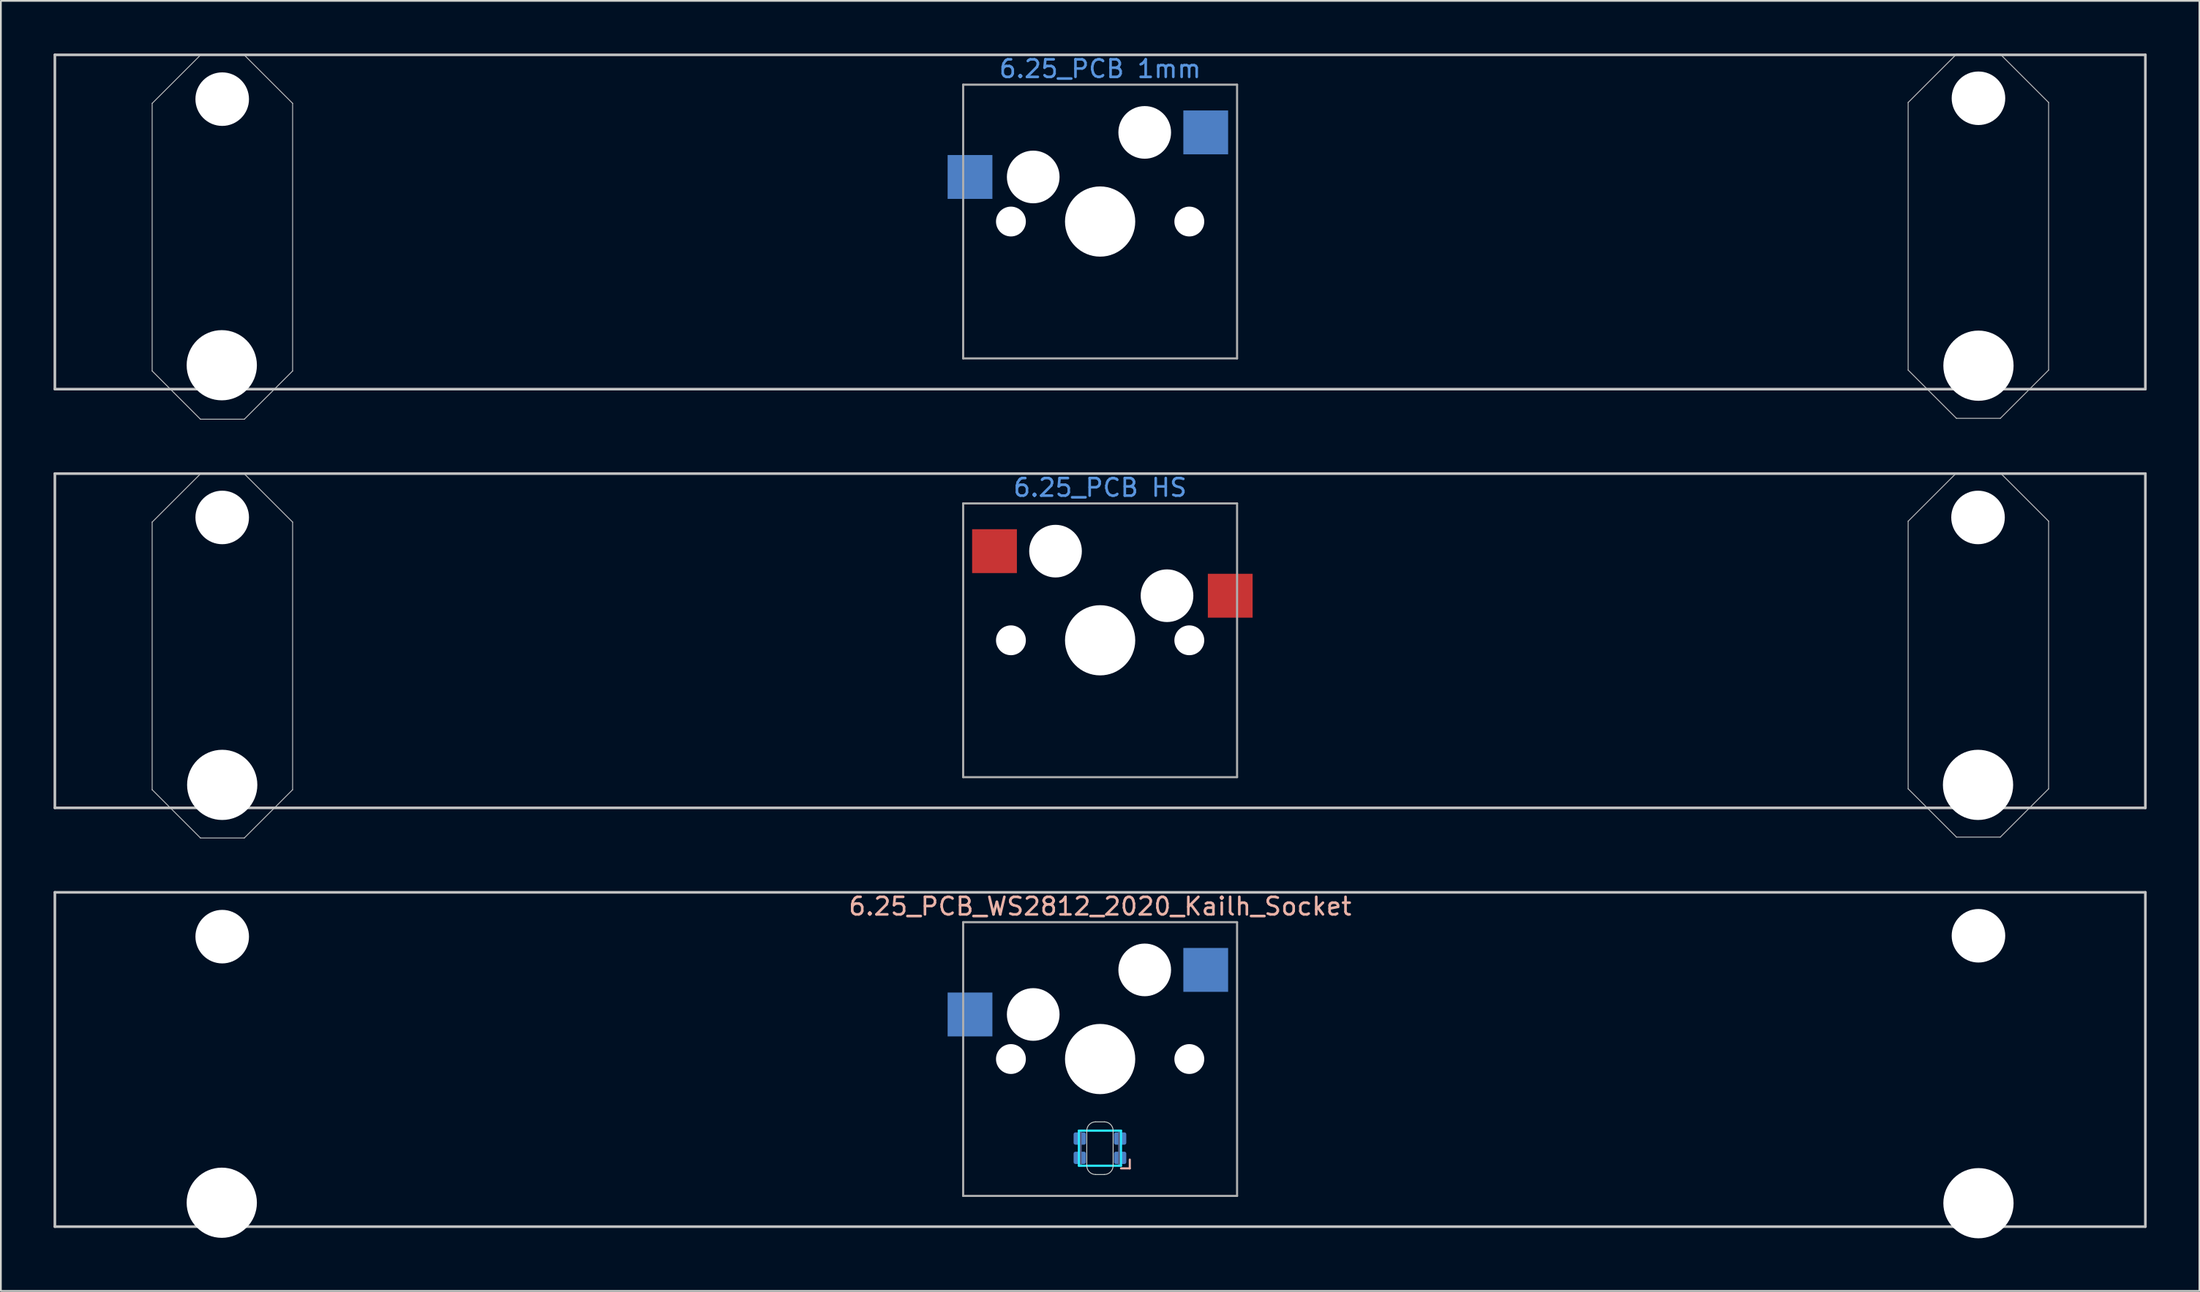
<source format=kicad_pcb>
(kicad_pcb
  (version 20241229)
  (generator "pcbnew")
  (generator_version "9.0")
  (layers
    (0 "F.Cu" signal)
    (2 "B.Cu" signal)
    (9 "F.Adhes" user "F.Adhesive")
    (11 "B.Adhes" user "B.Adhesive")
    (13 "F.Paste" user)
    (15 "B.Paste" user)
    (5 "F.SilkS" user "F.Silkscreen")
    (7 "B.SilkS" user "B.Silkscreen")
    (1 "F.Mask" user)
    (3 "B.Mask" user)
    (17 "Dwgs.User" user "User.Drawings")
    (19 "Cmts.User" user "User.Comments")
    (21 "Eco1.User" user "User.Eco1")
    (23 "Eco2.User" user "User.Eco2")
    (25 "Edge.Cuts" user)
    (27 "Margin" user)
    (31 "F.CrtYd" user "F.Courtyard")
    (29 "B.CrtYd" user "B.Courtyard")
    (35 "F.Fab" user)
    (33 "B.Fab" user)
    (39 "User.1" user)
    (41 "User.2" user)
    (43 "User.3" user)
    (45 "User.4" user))
  (footprint "6.25_PCB 1mm"
    (layer "F.Cu")
    (at 59.606 9.575)
    (property "Reference" "6.25_PCB 1mm" (at 0 -8.7 0) (layer "Cmts.User") (effects (font (size 1 1) (thickness 0.15))))
    (attr smd)
    (fp_line (start -59.531 -9.5) (end 59.531 -9.5) (stroke (width 0.15) (type solid)) (layer "Dwgs.User"))
    (fp_line (start -59.531 9.55) (end -59.531 -9.5) (stroke (width 0.15) (type solid)) (layer "Dwgs.User"))
    (fp_line (start -53.99 -6.735) (end -53.99 8.515) (stroke (width 0.05) (type solid)) (layer "Dwgs.User"))
    (fp_line (start -53.99 -6.735) (end -51.24 -9.485) (stroke (width 0.05) (type solid)) (layer "Dwgs.User"))
    (fp_line (start -51.24 -9.485) (end -48.74 -9.485) (stroke (width 0.05) (type solid)) (layer "Dwgs.User"))
    (fp_line (start -51.24 11.265) (end -53.99 8.515) (stroke (width 0.05) (type solid)) (layer "Dwgs.User"))
    (fp_line (start -48.74 11.265) (end -51.24 11.265) (stroke (width 0.05) (type solid)) (layer "Dwgs.User"))
    (fp_line (start -45.99 8.515) (end -48.74 11.265) (stroke (width 0.05) (type solid)) (layer "Dwgs.User"))
    (fp_line (start -45.99 -6.735) (end -48.74 -9.485) (stroke (width 0.05) (type solid)) (layer "Dwgs.User"))
    (fp_line (start -45.99 -6.735) (end -45.99 8.515) (stroke (width 0.05) (type solid)) (layer "Dwgs.User"))
    (fp_line (start 46.02 -6.785) (end 46.02 8.465) (stroke (width 0.05) (type solid)) (layer "Dwgs.User"))
    (fp_line (start 46.02 -6.785) (end 48.77 -9.535) (stroke (width 0.05) (type solid)) (layer "Dwgs.User"))
    (fp_line (start 48.77 -9.535) (end 51.27 -9.535) (stroke (width 0.05) (type solid)) (layer "Dwgs.User"))
    (fp_line (start 48.77 11.215) (end 46.02 8.465) (stroke (width 0.05) (type solid)) (layer "Dwgs.User"))
    (fp_line (start 51.27 11.215) (end 48.77 11.215) (stroke (width 0.05) (type solid)) (layer "Dwgs.User"))
    (fp_line (start 54.02 8.465) (end 51.27 11.215) (stroke (width 0.05) (type solid)) (layer "Dwgs.User"))
    (fp_line (start 54.02 -6.785) (end 51.27 -9.535) (stroke (width 0.05) (type solid)) (layer "Dwgs.User"))
    (fp_line (start 54.02 -6.785) (end 54.02 8.465) (stroke (width 0.05) (type solid)) (layer "Dwgs.User"))
    (fp_line (start 59.531 -9.5) (end 59.531 9.55) (stroke (width 0.15) (type solid)) (layer "Dwgs.User"))
    (fp_line (start 59.531 9.55) (end -59.531 9.55) (stroke (width 0.15) (type solid)) (layer "Dwgs.User"))
    (fp_line (start -7.8 -7.8) (end 7.8 -7.8) (stroke (width 0.12) (type solid)) (layer "F.Fab"))
    (fp_line (start -7.8 7.8) (end -7.8 -7.8) (stroke (width 0.12) (type solid)) (layer "F.Fab"))
    (fp_line (start 7.8 7.8) (end -7.8 7.8) (stroke (width 0.12) (type solid)) (layer "F.Fab"))
    (fp_line (start 7.8 7.8) (end 7.8 -7.8) (stroke (width 0.12) (type solid)) (layer "F.Fab"))
    (pad "" np_thru_hole circle (at -50.025 8.189) (size 4 4) (drill 4) (layers "*.Cu" "*.Mask"))
    (pad "" np_thru_hole circle (at -50 -6.975) (size 3.05 3.05) (drill 3.05) (layers "*.Cu" "*.Mask"))
    (pad "" np_thru_hole circle (at -5.08 0) (size 1.7 1.7) (drill 1.7) (layers "*.Cu" "*.Mask"))
    (pad "" np_thru_hole circle (at -3.81 -2.54) (size 3 3) (drill 3) (layers "*.Cu" "*.Mask"))
    (pad "" np_thru_hole circle (at 0 0) (size 4 4) (drill 4) (layers "*.Cu" "*.Mask"))
    (pad "" np_thru_hole circle (at 2.54 -5.08) (size 3 3) (drill 3) (layers "*.Cu" "*.Mask"))
    (pad "" np_thru_hole circle (at 5.08 0) (size 1.7 1.7) (drill 1.7) (layers "*.Cu" "*.Mask"))
    (pad "" np_thru_hole circle (at 50.025 -7.025) (size 3.05 3.05) (drill 3.05) (layers "*.Cu" "*.Mask"))
    (pad "" np_thru_hole circle (at 50.025 8.215) (size 4 4) (drill 4) (layers "*.Cu" "*.Mask"))
    (pad "1" smd rect (at -7.41 -2.54) (size 2.55 2.5) (layers "B.Cu" "B.Mask" "B.Paste"))
    (pad "2" smd rect (at 6.015 -5.08) (size 2.55 2.5) (layers "B.Cu" "B.Mask" "B.Paste")))
  (footprint "6.25_PCB HS"
    (layer "F.Cu")
    (at 59.606 33.439)
    (property "Reference" "6.25_PCB HS" (at 0 -8.7 0) (layer "Cmts.User") (effects (font (size 1 1) (thickness 0.15))))
    (attr smd)
    (fp_line (start -59.531 -9.5) (end 59.531 -9.5) (stroke (width 0.15) (type solid)) (layer "Dwgs.User"))
    (fp_line (start -59.531 9.55) (end -59.531 -9.5) (stroke (width 0.15) (type solid)) (layer "Dwgs.User"))
    (fp_line (start -53.99 -6.735) (end -53.99 8.515) (stroke (width 0.05) (type solid)) (layer "Dwgs.User"))
    (fp_line (start -53.99 -6.735) (end -51.24 -9.485) (stroke (width 0.05) (type solid)) (layer "Dwgs.User"))
    (fp_line (start -51.24 -9.485) (end -48.74 -9.485) (stroke (width 0.05) (type solid)) (layer "Dwgs.User"))
    (fp_line (start -51.24 11.265) (end -53.99 8.515) (stroke (width 0.05) (type solid)) (layer "Dwgs.User"))
    (fp_line (start -48.74 11.265) (end -51.24 11.265) (stroke (width 0.05) (type solid)) (layer "Dwgs.User"))
    (fp_line (start -45.99 8.515) (end -48.74 11.265) (stroke (width 0.05) (type solid)) (layer "Dwgs.User"))
    (fp_line (start -45.99 -6.735) (end -48.74 -9.485) (stroke (width 0.05) (type solid)) (layer "Dwgs.User"))
    (fp_line (start -45.99 -6.735) (end -45.99 8.515) (stroke (width 0.05) (type solid)) (layer "Dwgs.User"))
    (fp_line (start 46.02 -6.785) (end 46.02 8.465) (stroke (width 0.05) (type solid)) (layer "Dwgs.User"))
    (fp_line (start 46.02 -6.785) (end 48.77 -9.535) (stroke (width 0.05) (type solid)) (layer "Dwgs.User"))
    (fp_line (start 48.77 -9.535) (end 51.27 -9.535) (stroke (width 0.05) (type solid)) (layer "Dwgs.User"))
    (fp_line (start 48.77 11.215) (end 46.02 8.465) (stroke (width 0.05) (type solid)) (layer "Dwgs.User"))
    (fp_line (start 51.27 11.215) (end 48.77 11.215) (stroke (width 0.05) (type solid)) (layer "Dwgs.User"))
    (fp_line (start 54.02 8.465) (end 51.27 11.215) (stroke (width 0.05) (type solid)) (layer "Dwgs.User"))
    (fp_line (start 54.02 -6.785) (end 51.27 -9.535) (stroke (width 0.05) (type solid)) (layer "Dwgs.User"))
    (fp_line (start 54.02 -6.785) (end 54.02 8.465) (stroke (width 0.05) (type solid)) (layer "Dwgs.User"))
    (fp_line (start 59.531 -9.5) (end 59.531 9.55) (stroke (width 0.15) (type solid)) (layer "Dwgs.User"))
    (fp_line (start 59.531 9.55) (end -59.531 9.55) (stroke (width 0.15) (type solid)) (layer "Dwgs.User"))
    (fp_line (start -7.8 -7.8) (end 7.8 -7.8) (stroke (width 0.12) (type solid)) (layer "F.Fab"))
    (fp_line (start -7.8 7.8) (end -7.8 -7.8) (stroke (width 0.12) (type solid)) (layer "F.Fab"))
    (fp_line (start 7.8 7.8) (end -7.8 7.8) (stroke (width 0.12) (type solid)) (layer "F.Fab"))
    (fp_line (start 7.8 7.8) (end 7.8 -7.8) (stroke (width 0.12) (type solid)) (layer "F.Fab"))
    (pad "" np_thru_hole circle (at -50 -7) (size 3.05 3.05) (drill 3.05) (layers "*.Cu" "*.Mask"))
    (pad "" np_thru_hole circle (at -50 8.24) (size 4 4) (drill 4) (layers "*.Cu" "*.Mask"))
    (pad "" np_thru_hole circle (at -5.08 0) (size 1.7 1.7) (drill 1.7) (layers "*.Cu" "*.Mask"))
    (pad "" np_thru_hole circle (at -2.54 -5.08) (size 3 3) (drill 3) (layers "*.Cu" "*.Mask"))
    (pad "" np_thru_hole circle (at 0 0) (size 4 4) (drill 4) (layers "*.Cu" "*.Mask"))
    (pad "" np_thru_hole circle (at 3.81 -2.54) (size 3 3) (drill 3) (layers "*.Cu" "*.Mask"))
    (pad "" np_thru_hole circle (at 5.08 0) (size 1.7 1.7) (drill 1.7) (layers "*.Cu" "*.Mask"))
    (pad "" np_thru_hole circle (at 50 -7) (size 3.05 3.05) (drill 3.05) (layers "*.Cu" "*.Mask"))
    (pad "" np_thru_hole circle (at 50 8.24) (size 4 4) (drill 4) (layers "*.Cu" "*.Mask"))
    (pad "1" smd rect (at 7.41 -2.54) (size 2.55 2.5) (layers "F.Cu" "F.Mask" "F.Paste"))
    (pad "2" smd rect (at -6.015 -5.08) (size 2.55 2.5) (layers "F.Cu" "F.Mask" "F.Paste")))
  (footprint "6.25_PCB_WS2812_2020_Kailh_Socket"
    (layer "F.Cu")
    (at 59.606 57.303)
    (property "Reference" "6.25_PCB_WS2812_2020_Kailh_Socket" (at 0 -8.7 0) (layer "B.SilkS") (effects (font (size 1 1) (thickness 0.15))))
    (attr smd)
    (fp_line (start 1.69 5.73) (end 1.69 6.23) (stroke (width 0.12) (type solid)) (layer "B.SilkS"))
    (fp_line (start 1.69 6.23) (end 1.19 6.23) (stroke (width 0.12) (type solid)) (layer "B.SilkS"))
    (fp_line (start -59.531 -9.5) (end 59.531 -9.5) (stroke (width 0.15) (type solid)) (layer "Dwgs.User"))
    (fp_line (start -59.531 9.55) (end -59.531 -9.5) (stroke (width 0.15) (type solid)) (layer "Dwgs.User"))
    (fp_line (start 59.531 -9.5) (end 59.531 9.55) (stroke (width 0.15) (type solid)) (layer "Dwgs.User"))
    (fp_line (start 59.531 9.55) (end -59.531 9.55) (stroke (width 0.15) (type solid)) (layer "Dwgs.User"))
    (fp_line (start -0.76 4.08) (end -0.76 6.08) (stroke (width 0.05) (type solid)) (layer "Edge.Cuts"))
    (fp_line (start -0.26 3.58) (end 0.24 3.58) (stroke (width 0.05) (type solid)) (layer "Edge.Cuts"))
    (fp_line (start 0.24 6.58) (end -0.26 6.58) (stroke (width 0.05) (type solid)) (layer "Edge.Cuts"))
    (fp_line (start 0.74 6.08) (end 0.74 4.08) (stroke (width 0.05) (type solid)) (layer "Edge.Cuts"))
    (fp_arc (start -0.76 4.08) (mid -0.613554 3.726447) (end -0.260001 3.580001) (stroke (width 0.05) (type solid)) (layer "Edge.Cuts"))
    (fp_arc (start -0.260001 6.580001) (mid -0.613554 6.433554) (end -0.76 6.08) (stroke (width 0.05) (type solid)) (layer "Edge.Cuts"))
    (fp_arc (start 0.240001 3.579999) (mid 0.593554 3.726446) (end 0.74 4.08) (stroke (width 0.05) (type solid)) (layer "Edge.Cuts"))
    (fp_arc (start 0.74 6.08) (mid 0.593554 6.433553) (end 0.240001 6.579999) (stroke (width 0.05) (type solid)) (layer "Edge.Cuts"))
    (fp_line (start -1.21 4.08) (end 1.19 4.08) (stroke (width 0.12) (type solid)) (layer "B.CrtYd"))
    (fp_line (start -1.21 6.08) (end -1.21 4.08) (stroke (width 0.12) (type solid)) (layer "B.CrtYd"))
    (fp_line (start 1.19 4.08) (end 1.19 6.08) (stroke (width 0.12) (type solid)) (layer "B.CrtYd"))
    (fp_line (start 1.19 6.08) (end -1.21 6.08) (stroke (width 0.12) (type solid)) (layer "B.CrtYd"))
    (fp_line (start -1.11 4.08) (end 1.09 4.08) (stroke (width 0.12) (type solid)) (layer "B.Fab"))
    (fp_line (start -1.11 6.08) (end -1.11 4.08) (stroke (width 0.12) (type solid)) (layer "B.Fab"))
    (fp_line (start 1.09 4.08) (end 1.09 6.08) (stroke (width 0.12) (type solid)) (layer "B.Fab"))
    (fp_line (start 1.09 6.08) (end -1.11 6.08) (stroke (width 0.12) (type solid)) (layer "B.Fab"))
    (fp_line (start -7.8 -7.8) (end 7.8 -7.8) (stroke (width 0.12) (type solid)) (layer "F.Fab"))
    (fp_line (start -7.8 7.8) (end -7.8 -7.8) (stroke (width 0.12) (type solid)) (layer "F.Fab"))
    (fp_line (start 7.8 7.8) (end -7.8 7.8) (stroke (width 0.12) (type solid)) (layer "F.Fab"))
    (fp_line (start 7.8 7.8) (end 7.8 -7.8) (stroke (width 0.12) (type solid)) (layer "F.Fab"))
    (pad "" np_thru_hole circle (at -50.025 8.189) (size 4 4) (drill 4) (layers "*.Cu" "*.Mask"))
    (pad "" np_thru_hole circle (at -50 -6.975) (size 3.05 3.05) (drill 3.05) (layers "*.Cu" "*.Mask"))
    (pad "" np_thru_hole circle (at -5.08 0) (size 1.7 1.7) (drill 1.7) (layers "*.Cu" "*.Mask"))
    (pad "" np_thru_hole circle (at -3.81 -2.54) (size 3 3) (drill 3) (layers "*.Cu" "*.Mask"))
    (pad "" np_thru_hole circle (at 0 0) (size 4 4) (drill 4) (layers "*.Cu" "*.Mask"))
    (pad "" np_thru_hole circle (at 2.54 -5.08) (size 3 3) (drill 3) (layers "*.Cu" "*.Mask"))
    (pad "" np_thru_hole circle (at 5.08 0) (size 1.7 1.7) (drill 1.7) (layers "*.Cu" "*.Mask"))
    (pad "" np_thru_hole circle (at 50.025 -7.025) (size 3.05 3.05) (drill 3.05) (layers "*.Cu" "*.Mask"))
    (pad "" np_thru_hole circle (at 50.025 8.215) (size 4 4) (drill 4) (layers "*.Cu" "*.Mask"))
    (pad "1" smd roundrect (at 1.14 5.63 180) (size 0.7 0.7) (layers "B.Cu" "B.Mask" "B.Paste") (roundrect_rratio 0.15))
    (pad "2" smd roundrect (at 1.14 4.53 180) (size 0.7 0.7) (layers "B.Cu" "B.Mask" "B.Paste") (roundrect_rratio 0.15))
    (pad "3" smd roundrect (at -1.16 4.53 180) (size 0.7 0.7) (layers "B.Cu" "B.Mask" "B.Paste") (roundrect_rratio 0.15))
    (pad "4" smd roundrect (at -1.16 5.63 180) (size 0.7 0.7) (layers "B.Cu" "B.Mask" "B.Paste") (roundrect_rratio 0.15))
    (pad "5" smd rect (at -7.41 -2.54) (size 2.55 2.5) (layers "B.Cu" "B.Mask" "B.Paste"))
    (pad "6" smd rect (at 6.015 -5.08) (size 2.55 2.5) (layers "B.Cu" "B.Mask" "B.Paste")))
  (gr_rect
    (start -3 -3)
    (end 122.213 70.518)
    (stroke (width 0.1) (type default))
    (fill no)
    (layer "Edge.Cuts")))
</source>
